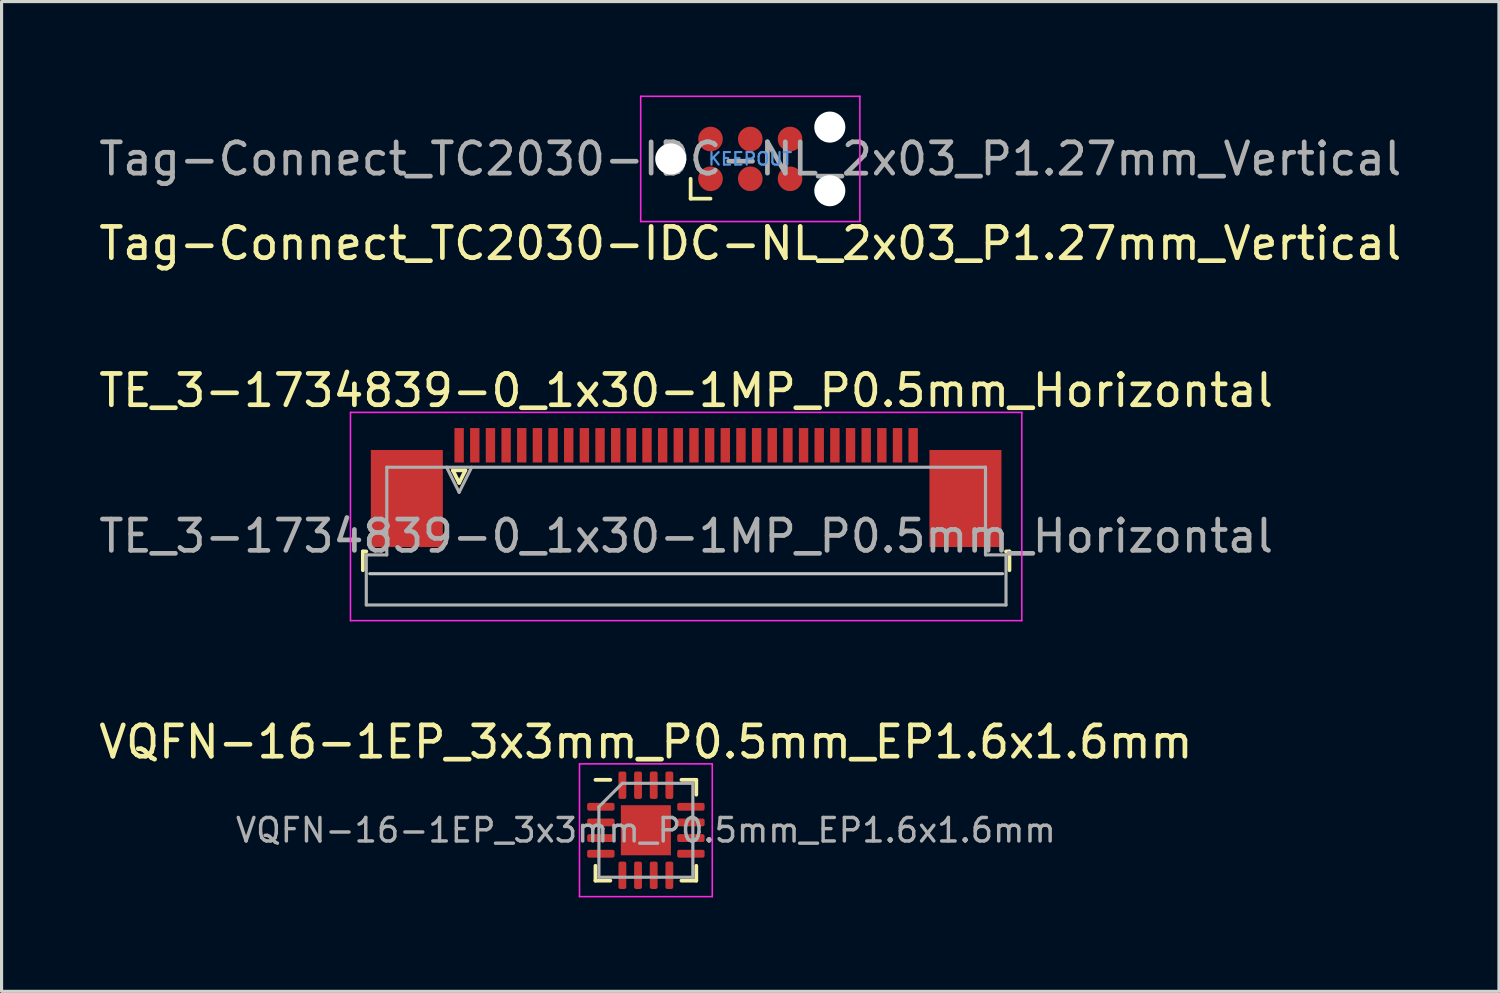
<source format=kicad_pcb>
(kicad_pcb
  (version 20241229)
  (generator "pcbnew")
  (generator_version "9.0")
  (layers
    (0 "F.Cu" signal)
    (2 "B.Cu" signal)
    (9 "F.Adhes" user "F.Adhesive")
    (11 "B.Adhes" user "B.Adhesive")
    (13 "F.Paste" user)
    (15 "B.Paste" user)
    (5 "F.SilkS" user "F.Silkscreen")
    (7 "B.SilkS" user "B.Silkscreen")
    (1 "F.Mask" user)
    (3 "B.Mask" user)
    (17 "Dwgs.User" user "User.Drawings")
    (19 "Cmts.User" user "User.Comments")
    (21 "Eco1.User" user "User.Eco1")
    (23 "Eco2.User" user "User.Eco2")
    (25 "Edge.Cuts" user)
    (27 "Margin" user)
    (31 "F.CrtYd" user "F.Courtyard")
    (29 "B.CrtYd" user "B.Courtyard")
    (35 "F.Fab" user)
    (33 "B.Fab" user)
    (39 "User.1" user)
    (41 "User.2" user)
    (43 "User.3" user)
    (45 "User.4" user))
  (footprint "Tag-Connect_TC2030-IDC-NL_2x03_P1.27mm_Vertical"
    (layer "F.Cu")
    (at 20.911 2.025)
    (property "Reference" "Tag-Connect_TC2030-IDC-NL_2x03_P1.27mm_Vertical" (at 0 2.7 0) (layer "F.SilkS") (effects (font (size 1 1) (thickness 0.15))))
    (attr exclude_from_pos_files exclude_from_bom)
    (fp_line (start -1.905 1.27) (end -1.905 0.635) (stroke (width 0.12) (type solid)) (layer "F.SilkS"))
    (fp_line (start -1.27 1.27) (end -1.905 1.27) (stroke (width 0.12) (type solid)) (layer "F.SilkS"))
    (fp_line (start -3.5 -2) (end 3.5 -2) (stroke (width 0.05) (type solid)) (layer "F.CrtYd"))
    (fp_line (start -3.5 2) (end -3.5 -2) (stroke (width 0.05) (type solid)) (layer "F.CrtYd"))
    (fp_line (start 3.5 -2) (end 3.5 2) (stroke (width 0.05) (type solid)) (layer "F.CrtYd"))
    (fp_line (start 3.5 2) (end -3.5 2) (stroke (width 0.05) (type solid)) (layer "F.CrtYd"))
    (fp_text user "KEEPOUT" (at 0 0 0) (layer "Cmts.User") (effects (font (size 0.4 0.4) (thickness 0.07))))
    (fp_text user "${REFERENCE}" (at 0 0 0) (layer "F.Fab") (effects (font (size 1 1) (thickness 0.15))))
    (pad "" np_thru_hole circle (at -2.54 0 180) (size 0.991 0.991) (drill 0.991) (layers "*.Cu" "*.Mask"))
    (pad "" np_thru_hole circle (at 2.54 -1.016 180) (size 0.991 0.991) (drill 0.991) (layers "*.Cu" "*.Mask"))
    (pad "" np_thru_hole circle (at 2.54 1.016 180) (size 0.991 0.991) (drill 0.991) (layers "*.Cu" "*.Mask"))
    (pad "1" connect circle (at -1.27 0.635 180) (size 0.787 0.787) (layers "F.Cu" "F.Mask"))
    (pad "2" connect circle (at -1.27 -0.635 180) (size 0.787 0.787) (layers "F.Cu" "F.Mask"))
    (pad "3" connect circle (at 0 0.635 180) (size 0.787 0.787) (layers "F.Cu" "F.Mask"))
    (pad "4" connect circle (at 0 -0.635 180) (size 0.787 0.787) (layers "F.Cu" "F.Mask"))
    (pad "5" connect circle (at 1.27 0.635 180) (size 0.787 0.787) (layers "F.Cu" "F.Mask"))
    (pad "6" connect circle (at 1.27 -0.635 180) (size 0.787 0.787) (layers "F.Cu" "F.Mask"))
    (zone (net_name "") (layer "F.Cu") (hatch full 0.508) (connect_pads) (min_thickness 0.254) (filled_areas_thickness no) (keepout (tracks allowed) (vias not_allowed) (pads allowed) (copperpour not_allowed) (footprints not_allowed)) (placement (enabled no)) (fill) (polygon (pts (xy 19.636 2.645) (xy 22.176 2.645) (xy 22.176 1.375) (xy 19.636 1.375)))))
  (footprint "VQFN-16-1EP_3x3mm_P0.5mm_EP1.6x1.6mm"
    (layer "F.Cu")
    (at 17.577 23.465)
    (property "Reference" "VQFN-16-1EP_3x3mm_P0.5mm_EP1.6x1.6mm" (at 0 -2.82 0) (layer "F.SilkS") (effects (font (size 1 1) (thickness 0.15))))
    (attr smd)
    (fp_line (start -1.61 1.61) (end -1.61 1.135) (stroke (width 0.12) (type solid)) (layer "F.SilkS"))
    (fp_line (start -1.135 -1.61) (end -1.61 -1.61) (stroke (width 0.12) (type solid)) (layer "F.SilkS"))
    (fp_line (start -1.135 1.61) (end -1.61 1.61) (stroke (width 0.12) (type solid)) (layer "F.SilkS"))
    (fp_line (start 1.135 -1.61) (end 1.61 -1.61) (stroke (width 0.12) (type solid)) (layer "F.SilkS"))
    (fp_line (start 1.135 1.61) (end 1.61 1.61) (stroke (width 0.12) (type solid)) (layer "F.SilkS"))
    (fp_line (start 1.61 -1.61) (end 1.61 -1.135) (stroke (width 0.12) (type solid)) (layer "F.SilkS"))
    (fp_line (start 1.61 1.61) (end 1.61 1.135) (stroke (width 0.12) (type solid)) (layer "F.SilkS"))
    (fp_line (start -2.12 -2.12) (end -2.12 2.12) (stroke (width 0.05) (type solid)) (layer "F.CrtYd"))
    (fp_line (start -2.12 2.12) (end 2.12 2.12) (stroke (width 0.05) (type solid)) (layer "F.CrtYd"))
    (fp_line (start 2.12 -2.12) (end -2.12 -2.12) (stroke (width 0.05) (type solid)) (layer "F.CrtYd"))
    (fp_line (start 2.12 2.12) (end 2.12 -2.12) (stroke (width 0.05) (type solid)) (layer "F.CrtYd"))
    (fp_line (start -1.5 -0.75) (end -0.75 -1.5) (stroke (width 0.1) (type solid)) (layer "F.Fab"))
    (fp_line (start -1.5 1.5) (end -1.5 -0.75) (stroke (width 0.1) (type solid)) (layer "F.Fab"))
    (fp_line (start -0.75 -1.5) (end 1.5 -1.5) (stroke (width 0.1) (type solid)) (layer "F.Fab"))
    (fp_line (start 1.5 -1.5) (end 1.5 1.5) (stroke (width 0.1) (type solid)) (layer "F.Fab"))
    (fp_line (start 1.5 1.5) (end -1.5 1.5) (stroke (width 0.1) (type solid)) (layer "F.Fab"))
    (fp_text user "${REFERENCE}" (at 0 0 0) (layer "F.Fab") (effects (font (size 0.75 0.75) (thickness 0.11))))
    (pad "" smd roundrect (at -0.4 -0.4 180) (size 0.64 0.64) (layers "F.Paste") (roundrect_rratio 0.25))
    (pad "" smd roundrect (at -0.4 0.4 180) (size 0.64 0.64) (layers "F.Paste") (roundrect_rratio 0.25))
    (pad "" smd roundrect (at 0.4 -0.4 180) (size 0.64 0.64) (layers "F.Paste") (roundrect_rratio 0.25))
    (pad "" smd roundrect (at 0.4 0.4 180) (size 0.64 0.64) (layers "F.Paste") (roundrect_rratio 0.25))
    (pad "1" smd roundrect (at -1.438 -0.75 180) (size 0.875 0.25) (layers "F.Cu" "F.Mask" "F.Paste") (roundrect_rratio 0.25))
    (pad "2" smd roundrect (at -1.438 -0.25 180) (size 0.875 0.25) (layers "F.Cu" "F.Mask" "F.Paste") (roundrect_rratio 0.25))
    (pad "3" smd roundrect (at -1.438 0.25 180) (size 0.875 0.25) (layers "F.Cu" "F.Mask" "F.Paste") (roundrect_rratio 0.25))
    (pad "4" smd roundrect (at -1.438 0.75 180) (size 0.875 0.25) (layers "F.Cu" "F.Mask" "F.Paste") (roundrect_rratio 0.25))
    (pad "5" smd roundrect (at -0.75 1.438 180) (size 0.25 0.875) (layers "F.Cu" "F.Mask" "F.Paste") (roundrect_rratio 0.25))
    (pad "6" smd roundrect (at -0.25 1.438 180) (size 0.25 0.875) (layers "F.Cu" "F.Mask" "F.Paste") (roundrect_rratio 0.25))
    (pad "7" smd roundrect (at 0.25 1.438 180) (size 0.25 0.875) (layers "F.Cu" "F.Mask" "F.Paste") (roundrect_rratio 0.25))
    (pad "8" smd roundrect (at 0.75 1.438 180) (size 0.25 0.875) (layers "F.Cu" "F.Mask" "F.Paste") (roundrect_rratio 0.25))
    (pad "9" smd roundrect (at 1.438 0.75 180) (size 0.875 0.25) (layers "F.Cu" "F.Mask" "F.Paste") (roundrect_rratio 0.25))
    (pad "10" smd roundrect (at 1.438 0.25 180) (size 0.875 0.25) (layers "F.Cu" "F.Mask" "F.Paste") (roundrect_rratio 0.25))
    (pad "11" smd roundrect (at 1.438 -0.25 180) (size 0.875 0.25) (layers "F.Cu" "F.Mask" "F.Paste") (roundrect_rratio 0.25))
    (pad "12" smd roundrect (at 1.438 -0.75 180) (size 0.875 0.25) (layers "F.Cu" "F.Mask" "F.Paste") (roundrect_rratio 0.25))
    (pad "13" smd roundrect (at 0.75 -1.438 180) (size 0.25 0.875) (layers "F.Cu" "F.Mask" "F.Paste") (roundrect_rratio 0.25))
    (pad "14" smd roundrect (at 0.25 -1.438 180) (size 0.25 0.875) (layers "F.Cu" "F.Mask" "F.Paste") (roundrect_rratio 0.25))
    (pad "15" smd roundrect (at -0.25 -1.438 180) (size 0.25 0.875) (layers "F.Cu" "F.Mask" "F.Paste") (roundrect_rratio 0.25))
    (pad "16" smd roundrect (at -0.75 -1.438 180) (size 0.25 0.875) (layers "F.Cu" "F.Mask" "F.Paste") (roundrect_rratio 0.25))
    (pad "17" smd rect (at 0 0 180) (size 1.6 1.6) (layers "F.Cu" "F.Mask")))
  (footprint "TE_3-1734839-0_1x30-1MP_P0.5mm_Horizontal"
    (layer "F.Cu")
    (at 18.863 12.521)
    (property "Reference" "TE_3-1734839-0_1x30-1MP_P0.5mm_Horizontal" (at 0 -3.1 0) (layer "F.SilkS") (effects (font (size 1 1) (thickness 0.15))))
    (attr smd)
    (fp_line (start -10.325 2.04) (end -10.325 2.64) (stroke (width 0.12) (type solid)) (layer "F.SilkS"))
    (fp_line (start -10.215 2.04) (end -10.325 2.04) (stroke (width 0.12) (type solid)) (layer "F.SilkS"))
    (fp_line (start -7.45 -0.55) (end -7.25 -0.15) (stroke (width 0.12) (type solid)) (layer "F.SilkS"))
    (fp_line (start -7.25 -0.15) (end -7.05 -0.55) (stroke (width 0.12) (type solid)) (layer "F.SilkS"))
    (fp_line (start -7.05 -0.55) (end -7.45 -0.55) (stroke (width 0.12) (type solid)) (layer "F.SilkS"))
    (fp_line (start 10.215 2.04) (end 10.325 2.04) (stroke (width 0.12) (type solid)) (layer "F.SilkS"))
    (fp_line (start 10.325 2.04) (end 10.325 2.64) (stroke (width 0.12) (type solid)) (layer "F.SilkS"))
    (fp_line (start 10.105 2.75) (end -10.105 2.75) (stroke (width 0.1) (type solid)) (layer "Dwgs.User"))
    (fp_line (start -10.72 -2.4) (end -10.72 4.25) (stroke (width 0.05) (type solid)) (layer "F.CrtYd"))
    (fp_line (start -10.72 4.25) (end 10.72 4.25) (stroke (width 0.05) (type solid)) (layer "F.CrtYd"))
    (fp_line (start 10.72 -2.4) (end -10.72 -2.4) (stroke (width 0.05) (type solid)) (layer "F.CrtYd"))
    (fp_line (start 10.72 4.25) (end 10.72 -2.4) (stroke (width 0.05) (type solid)) (layer "F.CrtYd"))
    (fp_line (start -10.215 2.15) (end -9.56 2.15) (stroke (width 0.1) (type solid)) (layer "F.Fab"))
    (fp_line (start -10.215 3.75) (end -10.215 2.15) (stroke (width 0.1) (type solid)) (layer "F.Fab"))
    (fp_line (start -9.56 -0.65) (end 9.56 -0.65) (stroke (width 0.1) (type solid)) (layer "F.Fab"))
    (fp_line (start -9.56 2.15) (end -9.56 -0.65) (stroke (width 0.1) (type solid)) (layer "F.Fab"))
    (fp_line (start -7.65 -0.65) (end -7.25 0.15) (stroke (width 0.1) (type solid)) (layer "F.Fab"))
    (fp_line (start -7.25 0.15) (end -6.85 -0.65) (stroke (width 0.1) (type solid)) (layer "F.Fab"))
    (fp_line (start 9.56 -0.65) (end 9.56 2.15) (stroke (width 0.1) (type solid)) (layer "F.Fab"))
    (fp_line (start 9.56 2.15) (end 10.215 2.15) (stroke (width 0.1) (type solid)) (layer "F.Fab"))
    (fp_line (start 10.215 2.15) (end 10.215 3.75) (stroke (width 0.1) (type solid)) (layer "F.Fab"))
    (fp_line (start 10.215 3.75) (end -10.215 3.75) (stroke (width 0.1) (type solid)) (layer "F.Fab"))
    (fp_text user "${REFERENCE}" (at 0 1.55 0) (layer "F.Fab") (effects (font (size 1 1) (thickness 0.15))))
    (pad "1" smd rect (at -7.25 -1.35) (size 0.3 1.1) (layers "F.Cu" "F.Mask" "F.Paste"))
    (pad "2" smd rect (at -6.75 -1.35) (size 0.3 1.1) (layers "F.Cu" "F.Mask" "F.Paste"))
    (pad "3" smd rect (at -6.25 -1.35) (size 0.3 1.1) (layers "F.Cu" "F.Mask" "F.Paste"))
    (pad "4" smd rect (at -5.75 -1.35) (size 0.3 1.1) (layers "F.Cu" "F.Mask" "F.Paste"))
    (pad "5" smd rect (at -5.25 -1.35) (size 0.3 1.1) (layers "F.Cu" "F.Mask" "F.Paste"))
    (pad "6" smd rect (at -4.75 -1.35) (size 0.3 1.1) (layers "F.Cu" "F.Mask" "F.Paste"))
    (pad "7" smd rect (at -4.25 -1.35) (size 0.3 1.1) (layers "F.Cu" "F.Mask" "F.Paste"))
    (pad "8" smd rect (at -3.75 -1.35) (size 0.3 1.1) (layers "F.Cu" "F.Mask" "F.Paste"))
    (pad "9" smd rect (at -3.25 -1.35) (size 0.3 1.1) (layers "F.Cu" "F.Mask" "F.Paste"))
    (pad "10" smd rect (at -2.75 -1.35) (size 0.3 1.1) (layers "F.Cu" "F.Mask" "F.Paste"))
    (pad "11" smd rect (at -2.25 -1.35) (size 0.3 1.1) (layers "F.Cu" "F.Mask" "F.Paste"))
    (pad "12" smd rect (at -1.75 -1.35) (size 0.3 1.1) (layers "F.Cu" "F.Mask" "F.Paste"))
    (pad "13" smd rect (at -1.25 -1.35) (size 0.3 1.1) (layers "F.Cu" "F.Mask" "F.Paste"))
    (pad "14" smd rect (at -0.75 -1.35) (size 0.3 1.1) (layers "F.Cu" "F.Mask" "F.Paste"))
    (pad "15" smd rect (at -0.25 -1.35) (size 0.3 1.1) (layers "F.Cu" "F.Mask" "F.Paste"))
    (pad "16" smd rect (at 0.25 -1.35) (size 0.3 1.1) (layers "F.Cu" "F.Mask" "F.Paste"))
    (pad "17" smd rect (at 0.75 -1.35) (size 0.3 1.1) (layers "F.Cu" "F.Mask" "F.Paste"))
    (pad "18" smd rect (at 1.25 -1.35) (size 0.3 1.1) (layers "F.Cu" "F.Mask" "F.Paste"))
    (pad "19" smd rect (at 1.75 -1.35) (size 0.3 1.1) (layers "F.Cu" "F.Mask" "F.Paste"))
    (pad "20" smd rect (at 2.25 -1.35) (size 0.3 1.1) (layers "F.Cu" "F.Mask" "F.Paste"))
    (pad "21" smd rect (at 2.75 -1.35) (size 0.3 1.1) (layers "F.Cu" "F.Mask" "F.Paste"))
    (pad "22" smd rect (at 3.25 -1.35) (size 0.3 1.1) (layers "F.Cu" "F.Mask" "F.Paste"))
    (pad "23" smd rect (at 3.75 -1.35) (size 0.3 1.1) (layers "F.Cu" "F.Mask" "F.Paste"))
    (pad "24" smd rect (at 4.25 -1.35) (size 0.3 1.1) (layers "F.Cu" "F.Mask" "F.Paste"))
    (pad "25" smd rect (at 4.75 -1.35) (size 0.3 1.1) (layers "F.Cu" "F.Mask" "F.Paste"))
    (pad "26" smd rect (at 5.25 -1.35) (size 0.3 1.1) (layers "F.Cu" "F.Mask" "F.Paste"))
    (pad "27" smd rect (at 5.75 -1.35) (size 0.3 1.1) (layers "F.Cu" "F.Mask" "F.Paste"))
    (pad "28" smd rect (at 6.25 -1.35) (size 0.3 1.1) (layers "F.Cu" "F.Mask" "F.Paste"))
    (pad "29" smd rect (at 6.75 -1.35) (size 0.3 1.1) (layers "F.Cu" "F.Mask" "F.Paste"))
    (pad "30" smd rect (at 7.25 -1.35) (size 0.3 1.1) (layers "F.Cu" "F.Mask" "F.Paste"))
    (pad "MP" smd rect (at -8.92 0.35) (size 2.3 3.1) (layers "F.Cu" "F.Mask" "F.Paste"))
    (pad "MP" smd rect (at 8.92 0.35) (size 2.3 3.1) (layers "F.Cu" "F.Mask" "F.Paste")))
  (gr_rect
    (start -3 -3)
    (end 44.821 28.61)
    (stroke (width 0.1) (type default))
    (fill no)
    (layer "Edge.Cuts")))
</source>
